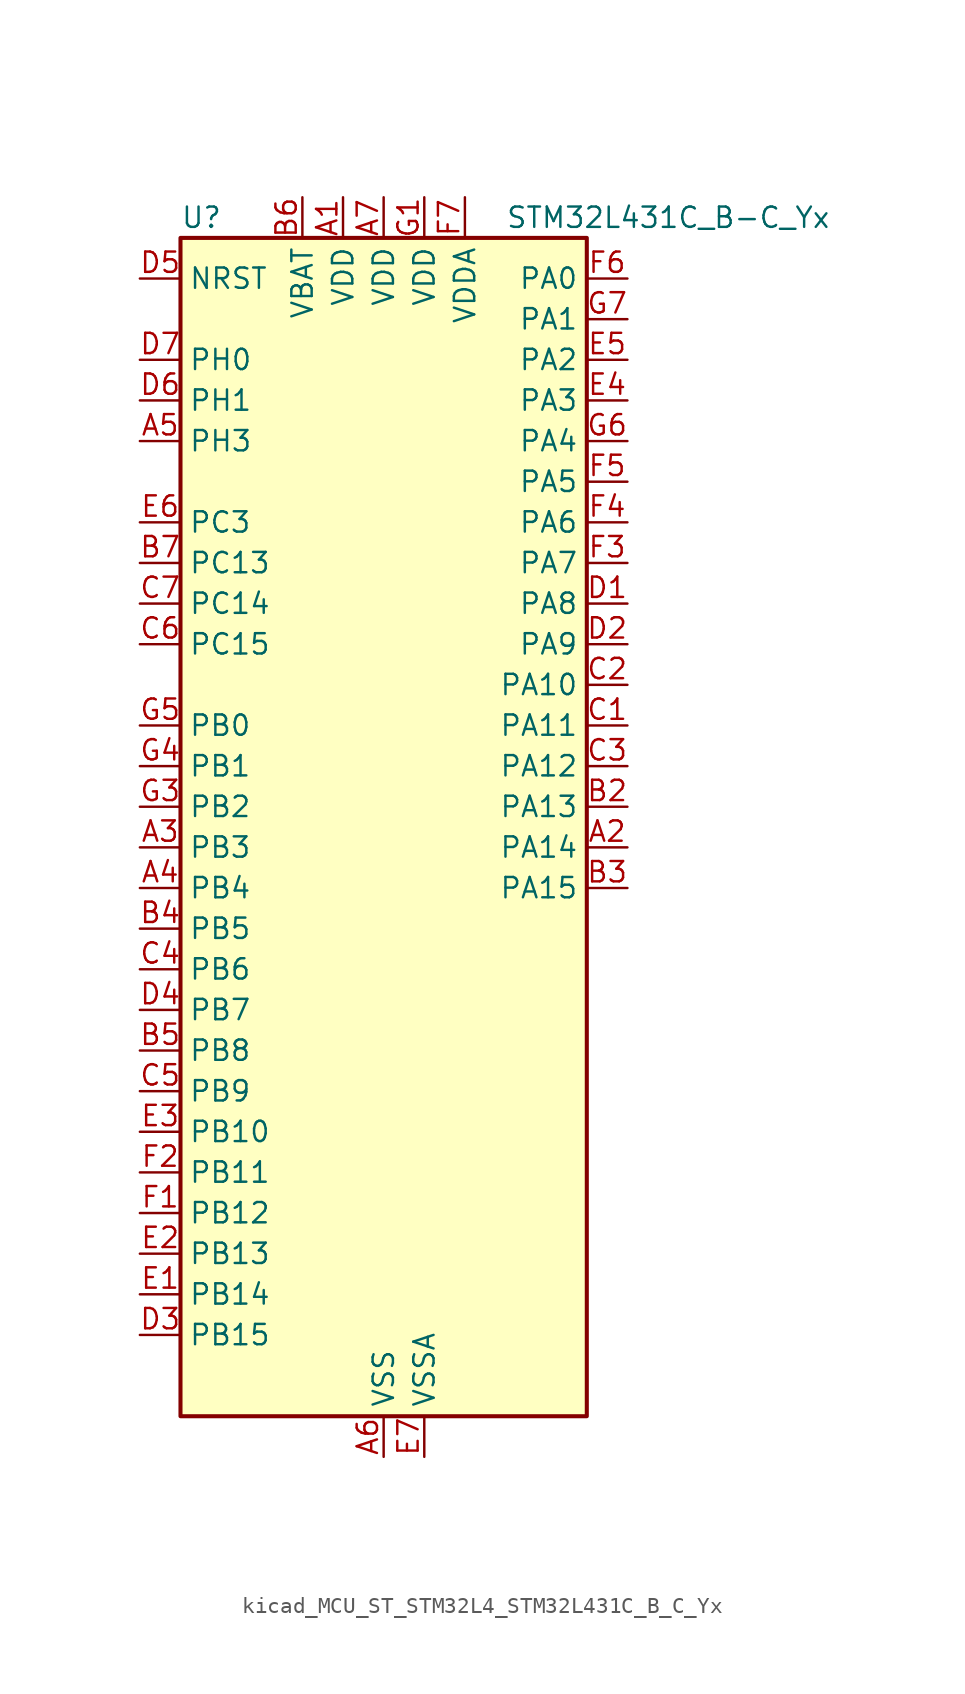
<source format=kicad_sym>
(kicad_symbol_lib
  (version 20220914)
  (generator kicad_symbol_editor)
  (symbol "kicad_MCU_ST_STM32L4_STM32L431C_B_C_Yx"
    (property "Reference" "U"
      (at -12.7 39.37 0)
      (effects (font (size 1.27 1.27)) (justify left)))
    (property "Value" "STM32L431C_B-C_Yx"
      (at 7.62 39.37 0)
      (effects (font (size 1.27 1.27)) (justify left)))
    (property "ki_locked" ""
      (at 0 0 0)
      (effects (font (size 1.27 1.27))))
    (symbol "kicad_MCU_ST_STM32L4_STM32L431C_B_C_Yx_0_1"
      (rectangle (start -12.7 -35.56) (end 12.7 38.1) (stroke (width 0.254) (type default)) (fill (type background))))
    (symbol "kicad_MCU_ST_STM32L4_STM32L431C_B_C_Yx_1_1"
      (pin power_in line (at -2.54 40.64 270) (length 2.54) (name "VDD" (effects (font (size 1.27 1.27)))) (number "A1" (effects (font (size 1.27 1.27)))))
      (pin bidirectional line (at 15.24 0 180) (length 2.54) (name "PA14" (effects (font (size 1.27 1.27)))) (number "A2" (effects (font (size 1.27 1.27)))) (alternate "I2C1_SMBA" bidirectional line) (alternate "LPTIM1_OUT" bidirectional line) (alternate "SAI1_FS_B" bidirectional line) (alternate "SWPMI1_RX" bidirectional line) (alternate "SYS_JTCK-SWCLK" bidirectional line))
      (pin bidirectional line (at -15.24 0 0) (length 2.54) (name "PB3" (effects (font (size 1.27 1.27)))) (number "A3" (effects (font (size 1.27 1.27)))) (alternate "COMP2_INM" bidirectional line) (alternate "SAI1_SCK_B" bidirectional line) (alternate "SPI1_SCK" bidirectional line) (alternate "SPI3_SCK" bidirectional line) (alternate "SYS_JTDO-SWO" bidirectional line) (alternate "TIM2_CH2" bidirectional line) (alternate "USART1_DE" bidirectional line) (alternate "USART1_RTS" bidirectional line))
      (pin bidirectional line (at -15.24 -2.54 0) (length 2.54) (name "PB4" (effects (font (size 1.27 1.27)))) (number "A4" (effects (font (size 1.27 1.27)))) (alternate "COMP2_INP" bidirectional line) (alternate "I2C3_SDA" bidirectional line) (alternate "SAI1_MCLK_B" bidirectional line) (alternate "SPI1_MISO" bidirectional line) (alternate "SPI3_MISO" bidirectional line) (alternate "SYS_JTRST" bidirectional line) (alternate "TSC_G2_IO1" bidirectional line) (alternate "USART1_CTS" bidirectional line))
      (pin bidirectional line (at -15.24 25.4 0) (length 2.54) (name "PH3" (effects (font (size 1.27 1.27)))) (number "A5" (effects (font (size 1.27 1.27)))))
      (pin power_in line (at 0 -38.1 90) (length 2.54) (name "VSS" (effects (font (size 1.27 1.27)))) (number "A6" (effects (font (size 1.27 1.27)))))
      (pin power_in line (at 0 40.64 270) (length 2.54) (name "VDD" (effects (font (size 1.27 1.27)))) (number "A7" (effects (font (size 1.27 1.27)))))
      (pin passive line (at 0 -38.1 90) (length 2.54) hide (name "VSS" (effects (font (size 1.27 1.27)))) (number "B1" (effects (font (size 1.27 1.27)))))
      (pin bidirectional line (at 15.24 2.54 180) (length 2.54) (name "PA13" (effects (font (size 1.27 1.27)))) (number "B2" (effects (font (size 1.27 1.27)))) (alternate "IR_OUT" bidirectional line) (alternate "SAI1_SD_B" bidirectional line) (alternate "SWPMI1_TX" bidirectional line) (alternate "SYS_JTMS-SWDIO" bidirectional line))
      (pin bidirectional line (at 15.24 -2.54 180) (length 2.54) (name "PA15" (effects (font (size 1.27 1.27)))) (number "B3" (effects (font (size 1.27 1.27)))) (alternate "ADC1_EXTI15" bidirectional line) (alternate "SPI1_NSS" bidirectional line) (alternate "SPI3_NSS" bidirectional line) (alternate "SWPMI1_SUSPEND" bidirectional line) (alternate "SYS_JTDI" bidirectional line) (alternate "TIM2_CH1" bidirectional line) (alternate "TIM2_ETR" bidirectional line) (alternate "USART2_RX" bidirectional line) (alternate "USART3_DE" bidirectional line) (alternate "USART3_RTS" bidirectional line))
      (pin bidirectional line (at -15.24 -5.08 0) (length 2.54) (name "PB5" (effects (font (size 1.27 1.27)))) (number "B4" (effects (font (size 1.27 1.27)))) (alternate "COMP2_OUT" bidirectional line) (alternate "I2C1_SMBA" bidirectional line) (alternate "LPTIM1_IN1" bidirectional line) (alternate "SAI1_SD_B" bidirectional line) (alternate "SPI1_MOSI" bidirectional line) (alternate "SPI3_MOSI" bidirectional line) (alternate "TIM16_BKIN" bidirectional line) (alternate "TSC_G2_IO2" bidirectional line) (alternate "USART1_CK" bidirectional line))
      (pin bidirectional line (at -15.24 -12.7 0) (length 2.54) (name "PB8" (effects (font (size 1.27 1.27)))) (number "B5" (effects (font (size 1.27 1.27)))) (alternate "CAN1_RX" bidirectional line) (alternate "I2C1_SCL" bidirectional line) (alternate "SAI1_MCLK_A" bidirectional line) (alternate "TIM16_CH1" bidirectional line))
      (pin power_in line (at -5.08 40.64 270) (length 2.54) (name "VBAT" (effects (font (size 1.27 1.27)))) (number "B6" (effects (font (size 1.27 1.27)))))
      (pin bidirectional line (at -15.24 17.78 0) (length 2.54) (name "PC13" (effects (font (size 1.27 1.27)))) (number "B7" (effects (font (size 1.27 1.27)))) (alternate "RTC_OUT_ALARM" bidirectional line) (alternate "RTC_OUT_CALIB" bidirectional line) (alternate "RTC_TAMP1" bidirectional line) (alternate "RTC_TS" bidirectional line) (alternate "SYS_WKUP2" bidirectional line))
      (pin bidirectional line (at 15.24 7.62 180) (length 2.54) (name "PA11" (effects (font (size 1.27 1.27)))) (number "C1" (effects (font (size 1.27 1.27)))) (alternate "ADC1_EXTI11" bidirectional line) (alternate "CAN1_RX" bidirectional line) (alternate "COMP1_OUT" bidirectional line) (alternate "SPI1_MISO" bidirectional line) (alternate "TIM1_BKIN2" bidirectional line) (alternate "TIM1_BKIN2_COMP1" bidirectional line) (alternate "TIM1_CH4" bidirectional line) (alternate "USART1_CTS" bidirectional line))
      (pin bidirectional line (at 15.24 10.16 180) (length 2.54) (name "PA10" (effects (font (size 1.27 1.27)))) (number "C2" (effects (font (size 1.27 1.27)))) (alternate "I2C1_SDA" bidirectional line) (alternate "SAI1_SD_A" bidirectional line) (alternate "TIM1_CH3" bidirectional line) (alternate "USART1_RX" bidirectional line))
      (pin bidirectional line (at 15.24 5.08 180) (length 2.54) (name "PA12" (effects (font (size 1.27 1.27)))) (number "C3" (effects (font (size 1.27 1.27)))) (alternate "CAN1_TX" bidirectional line) (alternate "SPI1_MOSI" bidirectional line) (alternate "TIM1_ETR" bidirectional line) (alternate "USART1_DE" bidirectional line) (alternate "USART1_RTS" bidirectional line))
      (pin bidirectional line (at -15.24 -7.62 0) (length 2.54) (name "PB6" (effects (font (size 1.27 1.27)))) (number "C4" (effects (font (size 1.27 1.27)))) (alternate "COMP2_INP" bidirectional line) (alternate "I2C1_SCL" bidirectional line) (alternate "LPTIM1_ETR" bidirectional line) (alternate "SAI1_FS_B" bidirectional line) (alternate "TIM16_CH1N" bidirectional line) (alternate "TSC_G2_IO3" bidirectional line) (alternate "USART1_TX" bidirectional line))
      (pin bidirectional line (at -15.24 -15.24 0) (length 2.54) (name "PB9" (effects (font (size 1.27 1.27)))) (number "C5" (effects (font (size 1.27 1.27)))) (alternate "CAN1_TX" bidirectional line) (alternate "DAC1_EXTI9" bidirectional line) (alternate "I2C1_SDA" bidirectional line) (alternate "IR_OUT" bidirectional line) (alternate "SAI1_FS_A" bidirectional line) (alternate "SPI2_NSS" bidirectional line))
      (pin bidirectional line (at -15.24 12.7 0) (length 2.54) (name "PC15" (effects (font (size 1.27 1.27)))) (number "C6" (effects (font (size 1.27 1.27)))) (alternate "ADC1_EXTI15" bidirectional line) (alternate "RCC_OSC32_OUT" bidirectional line))
      (pin bidirectional line (at -15.24 15.24 0) (length 2.54) (name "PC14" (effects (font (size 1.27 1.27)))) (number "C7" (effects (font (size 1.27 1.27)))) (alternate "RCC_OSC32_IN" bidirectional line))
      (pin bidirectional line (at 15.24 15.24 180) (length 2.54) (name "PA8" (effects (font (size 1.27 1.27)))) (number "D1" (effects (font (size 1.27 1.27)))) (alternate "LPTIM2_OUT" bidirectional line) (alternate "RCC_MCO" bidirectional line) (alternate "SAI1_SCK_A" bidirectional line) (alternate "SWPMI1_IO" bidirectional line) (alternate "TIM1_CH1" bidirectional line) (alternate "USART1_CK" bidirectional line))
      (pin bidirectional line (at 15.24 12.7 180) (length 2.54) (name "PA9" (effects (font (size 1.27 1.27)))) (number "D2" (effects (font (size 1.27 1.27)))) (alternate "DAC1_EXTI9" bidirectional line) (alternate "I2C1_SCL" bidirectional line) (alternate "SAI1_FS_A" bidirectional line) (alternate "TIM15_BKIN" bidirectional line) (alternate "TIM1_CH2" bidirectional line) (alternate "USART1_TX" bidirectional line))
      (pin bidirectional line (at -15.24 -30.48 0) (length 2.54) (name "PB15" (effects (font (size 1.27 1.27)))) (number "D3" (effects (font (size 1.27 1.27)))) (alternate "ADC1_EXTI15" bidirectional line) (alternate "RTC_REFIN" bidirectional line) (alternate "SAI1_SD_A" bidirectional line) (alternate "SPI2_MOSI" bidirectional line) (alternate "SWPMI1_SUSPEND" bidirectional line) (alternate "TIM15_CH2" bidirectional line) (alternate "TIM1_CH3N" bidirectional line) (alternate "TSC_G1_IO4" bidirectional line))
      (pin bidirectional line (at -15.24 -10.16 0) (length 2.54) (name "PB7" (effects (font (size 1.27 1.27)))) (number "D4" (effects (font (size 1.27 1.27)))) (alternate "COMP2_INM" bidirectional line) (alternate "I2C1_SDA" bidirectional line) (alternate "LPTIM1_IN2" bidirectional line) (alternate "SYS_PVD_IN" bidirectional line) (alternate "TSC_G2_IO4" bidirectional line) (alternate "USART1_RX" bidirectional line))
      (pin input line (at -15.24 35.56 0) (length 2.54) (name "NRST" (effects (font (size 1.27 1.27)))) (number "D5" (effects (font (size 1.27 1.27)))))
      (pin bidirectional line (at -15.24 27.94 0) (length 2.54) (name "PH1" (effects (font (size 1.27 1.27)))) (number "D6" (effects (font (size 1.27 1.27)))) (alternate "RCC_OSC_OUT" bidirectional line))
      (pin bidirectional line (at -15.24 30.48 0) (length 2.54) (name "PH0" (effects (font (size 1.27 1.27)))) (number "D7" (effects (font (size 1.27 1.27)))) (alternate "RCC_OSC_IN" bidirectional line))
      (pin bidirectional line (at -15.24 -27.94 0) (length 2.54) (name "PB14" (effects (font (size 1.27 1.27)))) (number "E1" (effects (font (size 1.27 1.27)))) (alternate "I2C2_SDA" bidirectional line) (alternate "SAI1_MCLK_A" bidirectional line) (alternate "SPI2_MISO" bidirectional line) (alternate "SWPMI1_RX" bidirectional line) (alternate "TIM15_CH1" bidirectional line) (alternate "TIM1_CH2N" bidirectional line) (alternate "TSC_G1_IO3" bidirectional line) (alternate "USART3_DE" bidirectional line) (alternate "USART3_RTS" bidirectional line))
      (pin bidirectional line (at -15.24 -25.4 0) (length 2.54) (name "PB13" (effects (font (size 1.27 1.27)))) (number "E2" (effects (font (size 1.27 1.27)))) (alternate "I2C2_SCL" bidirectional line) (alternate "LPUART1_CTS" bidirectional line) (alternate "SAI1_SCK_A" bidirectional line) (alternate "SPI2_SCK" bidirectional line) (alternate "SWPMI1_TX" bidirectional line) (alternate "TIM15_CH1N" bidirectional line) (alternate "TIM1_CH1N" bidirectional line) (alternate "TSC_G1_IO2" bidirectional line) (alternate "USART3_CTS" bidirectional line))
      (pin bidirectional line (at -15.24 -17.78 0) (length 2.54) (name "PB10" (effects (font (size 1.27 1.27)))) (number "E3" (effects (font (size 1.27 1.27)))) (alternate "COMP1_OUT" bidirectional line) (alternate "I2C2_SCL" bidirectional line) (alternate "LPUART1_RX" bidirectional line) (alternate "QUADSPI_CLK" bidirectional line) (alternate "SAI1_SCK_A" bidirectional line) (alternate "SPI2_SCK" bidirectional line) (alternate "TIM2_CH3" bidirectional line) (alternate "TSC_SYNC" bidirectional line) (alternate "USART3_TX" bidirectional line))
      (pin bidirectional line (at 15.24 27.94 180) (length 2.54) (name "PA3" (effects (font (size 1.27 1.27)))) (number "E4" (effects (font (size 1.27 1.27)))) (alternate "ADC1_IN8" bidirectional line) (alternate "COMP2_INP" bidirectional line) (alternate "LPUART1_RX" bidirectional line) (alternate "OPAMP1_VOUT" bidirectional line) (alternate "QUADSPI_CLK" bidirectional line) (alternate "SAI1_MCLK_A" bidirectional line) (alternate "TIM15_CH2" bidirectional line) (alternate "TIM2_CH4" bidirectional line) (alternate "USART2_RX" bidirectional line))
      (pin bidirectional line (at 15.24 30.48 180) (length 2.54) (name "PA2" (effects (font (size 1.27 1.27)))) (number "E5" (effects (font (size 1.27 1.27)))) (alternate "ADC1_IN7" bidirectional line) (alternate "COMP2_INM" bidirectional line) (alternate "COMP2_OUT" bidirectional line) (alternate "LPUART1_TX" bidirectional line) (alternate "QUADSPI_BK1_NCS" bidirectional line) (alternate "RCC_LSCO" bidirectional line) (alternate "SYS_WKUP4" bidirectional line) (alternate "TIM15_CH1" bidirectional line) (alternate "TIM2_CH3" bidirectional line) (alternate "USART2_TX" bidirectional line))
      (pin bidirectional line (at -15.24 20.32 0) (length 2.54) (name "PC3" (effects (font (size 1.27 1.27)))) (number "E6" (effects (font (size 1.27 1.27)))) (alternate "ADC1_IN4" bidirectional line) (alternate "LPTIM1_ETR" bidirectional line) (alternate "LPTIM2_ETR" bidirectional line) (alternate "SAI1_SD_A" bidirectional line) (alternate "SPI2_MOSI" bidirectional line))
      (pin power_in line (at 2.54 -38.1 90) (length 2.54) (name "VSSA" (effects (font (size 1.27 1.27)))) (number "E7" (effects (font (size 1.27 1.27)))))
      (pin bidirectional line (at -15.24 -22.86 0) (length 2.54) (name "PB12" (effects (font (size 1.27 1.27)))) (number "F1" (effects (font (size 1.27 1.27)))) (alternate "I2C2_SMBA" bidirectional line) (alternate "LPUART1_DE" bidirectional line) (alternate "LPUART1_RTS" bidirectional line) (alternate "SAI1_FS_A" bidirectional line) (alternate "SPI2_NSS" bidirectional line) (alternate "SWPMI1_IO" bidirectional line) (alternate "TIM15_BKIN" bidirectional line) (alternate "TIM1_BKIN" bidirectional line) (alternate "TIM1_BKIN_COMP2" bidirectional line) (alternate "TSC_G1_IO1" bidirectional line) (alternate "USART3_CK" bidirectional line))
      (pin bidirectional line (at -15.24 -20.32 0) (length 2.54) (name "PB11" (effects (font (size 1.27 1.27)))) (number "F2" (effects (font (size 1.27 1.27)))) (alternate "ADC1_EXTI11" bidirectional line) (alternate "COMP2_OUT" bidirectional line) (alternate "I2C2_SDA" bidirectional line) (alternate "LPUART1_TX" bidirectional line) (alternate "QUADSPI_BK1_NCS" bidirectional line) (alternate "TIM2_CH4" bidirectional line) (alternate "USART3_RX" bidirectional line))
      (pin bidirectional line (at 15.24 17.78 180) (length 2.54) (name "PA7" (effects (font (size 1.27 1.27)))) (number "F3" (effects (font (size 1.27 1.27)))) (alternate "ADC1_IN12" bidirectional line) (alternate "COMP2_OUT" bidirectional line) (alternate "I2C3_SCL" bidirectional line) (alternate "QUADSPI_BK1_IO2" bidirectional line) (alternate "SPI1_MOSI" bidirectional line) (alternate "TIM1_CH1N" bidirectional line))
      (pin bidirectional line (at 15.24 20.32 180) (length 2.54) (name "PA6" (effects (font (size 1.27 1.27)))) (number "F4" (effects (font (size 1.27 1.27)))) (alternate "ADC1_IN11" bidirectional line) (alternate "COMP1_OUT" bidirectional line) (alternate "LPUART1_CTS" bidirectional line) (alternate "QUADSPI_BK1_IO3" bidirectional line) (alternate "SPI1_MISO" bidirectional line) (alternate "TIM16_CH1" bidirectional line) (alternate "TIM1_BKIN" bidirectional line) (alternate "TIM1_BKIN_COMP2" bidirectional line) (alternate "USART3_CTS" bidirectional line))
      (pin bidirectional line (at 15.24 22.86 180) (length 2.54) (name "PA5" (effects (font (size 1.27 1.27)))) (number "F5" (effects (font (size 1.27 1.27)))) (alternate "ADC1_IN10" bidirectional line) (alternate "COMP1_INM" bidirectional line) (alternate "COMP2_INM" bidirectional line) (alternate "DAC1_OUT2" bidirectional line) (alternate "LPTIM2_ETR" bidirectional line) (alternate "SPI1_SCK" bidirectional line) (alternate "TIM2_CH1" bidirectional line) (alternate "TIM2_ETR" bidirectional line))
      (pin bidirectional line (at 15.24 35.56 180) (length 2.54) (name "PA0" (effects (font (size 1.27 1.27)))) (number "F6" (effects (font (size 1.27 1.27)))) (alternate "ADC1_IN5" bidirectional line) (alternate "COMP1_INM" bidirectional line) (alternate "COMP1_OUT" bidirectional line) (alternate "OPAMP1_VINP" bidirectional line) (alternate "RTC_TAMP2" bidirectional line) (alternate "SAI1_EXTCLK" bidirectional line) (alternate "SYS_WKUP1" bidirectional line) (alternate "TIM2_CH1" bidirectional line) (alternate "TIM2_ETR" bidirectional line) (alternate "USART2_CTS" bidirectional line))
      (pin power_in line (at 5.08 40.64 270) (length 2.54) (name "VDDA" (effects (font (size 1.27 1.27)))) (number "F7" (effects (font (size 1.27 1.27)))))
      (pin power_in line (at 2.54 40.64 270) (length 2.54) (name "VDD" (effects (font (size 1.27 1.27)))) (number "G1" (effects (font (size 1.27 1.27)))))
      (pin passive line (at 0 -38.1 90) (length 2.54) hide (name "VSS" (effects (font (size 1.27 1.27)))) (number "G2" (effects (font (size 1.27 1.27)))))
      (pin bidirectional line (at -15.24 2.54 0) (length 2.54) (name "PB2" (effects (font (size 1.27 1.27)))) (number "G3" (effects (font (size 1.27 1.27)))) (alternate "COMP1_INP" bidirectional line) (alternate "I2C3_SMBA" bidirectional line) (alternate "LPTIM1_OUT" bidirectional line) (alternate "RTC_OUT_ALARM" bidirectional line) (alternate "RTC_OUT_CALIB" bidirectional line))
      (pin bidirectional line (at -15.24 5.08 0) (length 2.54) (name "PB1" (effects (font (size 1.27 1.27)))) (number "G4" (effects (font (size 1.27 1.27)))) (alternate "ADC1_IN16" bidirectional line) (alternate "COMP1_INM" bidirectional line) (alternate "LPTIM2_IN1" bidirectional line) (alternate "LPUART1_DE" bidirectional line) (alternate "LPUART1_RTS" bidirectional line) (alternate "QUADSPI_BK1_IO0" bidirectional line) (alternate "TIM1_CH3N" bidirectional line) (alternate "USART3_DE" bidirectional line) (alternate "USART3_RTS" bidirectional line))
      (pin bidirectional line (at -15.24 7.62 0) (length 2.54) (name "PB0" (effects (font (size 1.27 1.27)))) (number "G5" (effects (font (size 1.27 1.27)))) (alternate "ADC1_IN15" bidirectional line) (alternate "COMP1_OUT" bidirectional line) (alternate "QUADSPI_BK1_IO1" bidirectional line) (alternate "SAI1_EXTCLK" bidirectional line) (alternate "SPI1_NSS" bidirectional line) (alternate "TIM1_CH2N" bidirectional line) (alternate "USART3_CK" bidirectional line))
      (pin bidirectional line (at 15.24 25.4 180) (length 2.54) (name "PA4" (effects (font (size 1.27 1.27)))) (number "G6" (effects (font (size 1.27 1.27)))) (alternate "ADC1_IN9" bidirectional line) (alternate "COMP1_INM" bidirectional line) (alternate "COMP2_INM" bidirectional line) (alternate "DAC1_OUT1" bidirectional line) (alternate "LPTIM2_OUT" bidirectional line) (alternate "SAI1_FS_B" bidirectional line) (alternate "SPI1_NSS" bidirectional line) (alternate "SPI3_NSS" bidirectional line) (alternate "USART2_CK" bidirectional line))
      (pin bidirectional line (at 15.24 33.02 180) (length 2.54) (name "PA1" (effects (font (size 1.27 1.27)))) (number "G7" (effects (font (size 1.27 1.27)))) (alternate "ADC1_IN6" bidirectional line) (alternate "COMP1_INP" bidirectional line) (alternate "I2C1_SMBA" bidirectional line) (alternate "OPAMP1_VINM" bidirectional line) (alternate "SPI1_SCK" bidirectional line) (alternate "TIM15_CH1N" bidirectional line) (alternate "TIM2_CH2" bidirectional line) (alternate "USART2_DE" bidirectional line) (alternate "USART2_RTS" bidirectional line)))))
</source>
